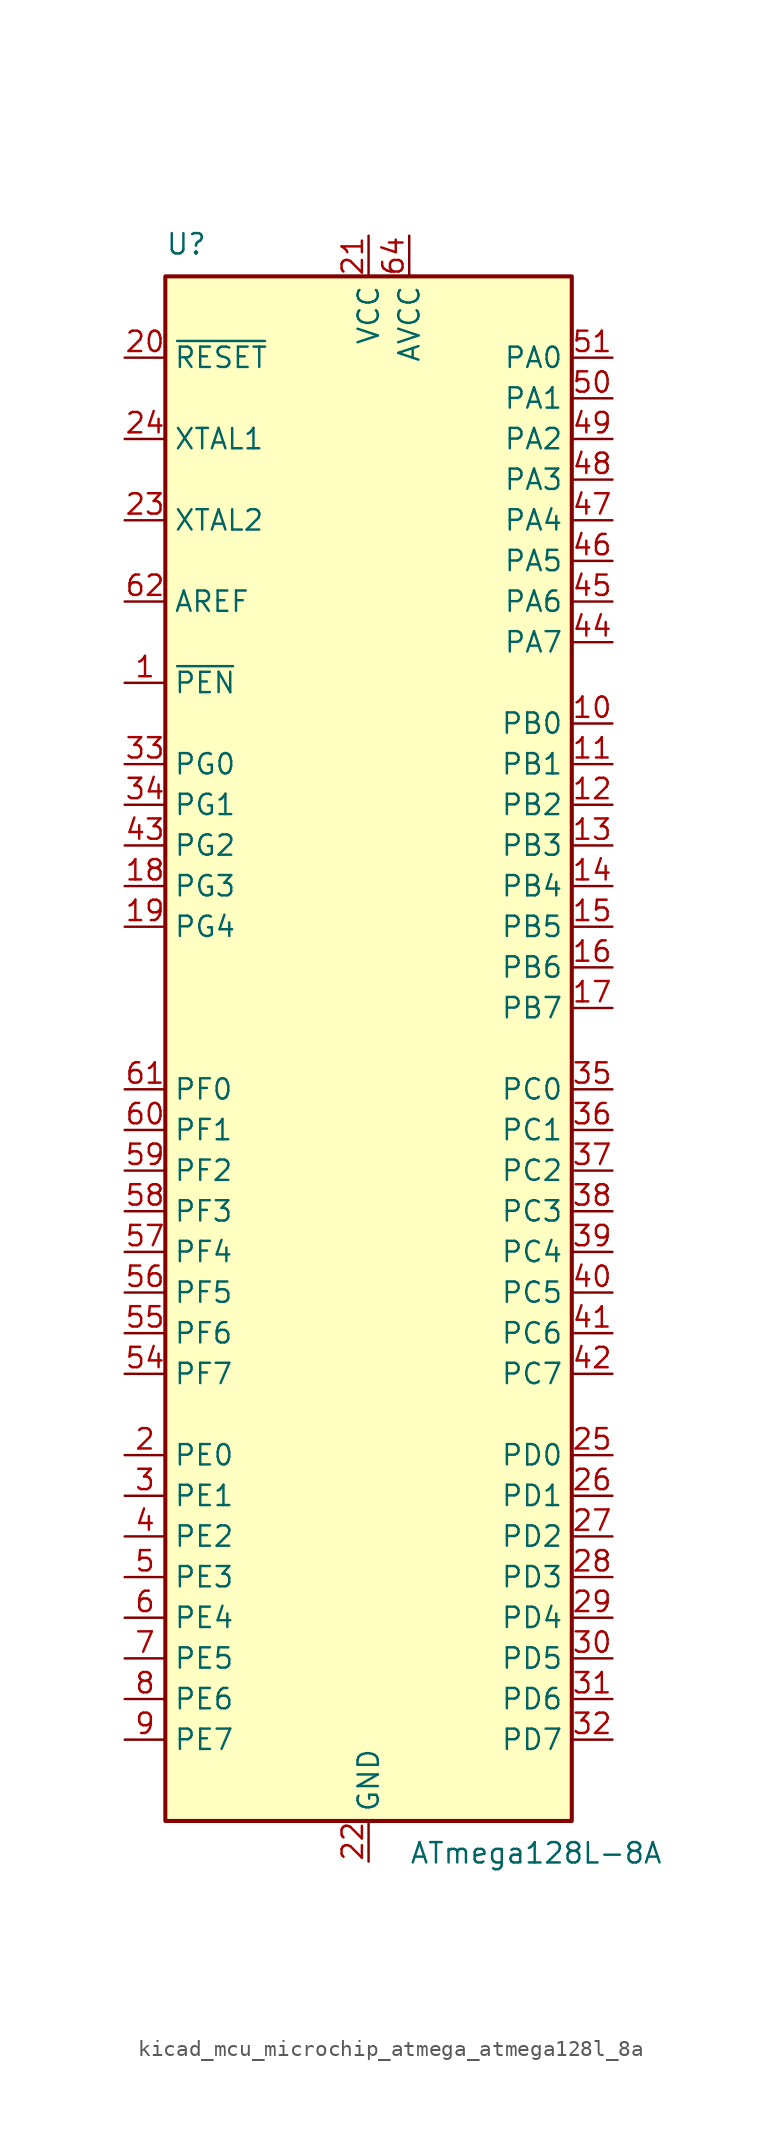
<source format=kicad_sym>
(kicad_symbol_lib
  (version 20220914)
  (generator kicad_symbol_editor)
  (symbol "kicad_mcu_microchip_atmega_atmega128l_8a"
    (property "Reference" "U"
      (at -12.7 49.53 0)
      (effects (font (size 1.27 1.27)) (justify left bottom)))
    (property "Value" "ATmega128L-8A"
      (at 2.54 -49.53 0)
      (effects (font (size 1.27 1.27)) (justify left top)))
    (symbol "kicad_mcu_microchip_atmega_atmega128l_8a_0_1"
      (rectangle (start -12.7 -48.26) (end 12.7 48.26) (stroke (width 0.254) (type default)) (fill (type background))))
    (symbol "kicad_mcu_microchip_atmega_atmega128l_8a_1_1"
      (pin input line (at -15.24 22.86 0) (length 2.54) (name "~{PEN}" (effects (font (size 1.27 1.27)))) (number "1" (effects (font (size 1.27 1.27)))))
      (pin bidirectional line (at 15.24 20.32 180) (length 2.54) (name "PB0" (effects (font (size 1.27 1.27)))) (number "10" (effects (font (size 1.27 1.27)))))
      (pin bidirectional line (at 15.24 17.78 180) (length 2.54) (name "PB1" (effects (font (size 1.27 1.27)))) (number "11" (effects (font (size 1.27 1.27)))))
      (pin bidirectional line (at 15.24 15.24 180) (length 2.54) (name "PB2" (effects (font (size 1.27 1.27)))) (number "12" (effects (font (size 1.27 1.27)))))
      (pin bidirectional line (at 15.24 12.7 180) (length 2.54) (name "PB3" (effects (font (size 1.27 1.27)))) (number "13" (effects (font (size 1.27 1.27)))))
      (pin bidirectional line (at 15.24 10.16 180) (length 2.54) (name "PB4" (effects (font (size 1.27 1.27)))) (number "14" (effects (font (size 1.27 1.27)))))
      (pin bidirectional line (at 15.24 7.62 180) (length 2.54) (name "PB5" (effects (font (size 1.27 1.27)))) (number "15" (effects (font (size 1.27 1.27)))))
      (pin bidirectional line (at 15.24 5.08 180) (length 2.54) (name "PB6" (effects (font (size 1.27 1.27)))) (number "16" (effects (font (size 1.27 1.27)))))
      (pin bidirectional line (at 15.24 2.54 180) (length 2.54) (name "PB7" (effects (font (size 1.27 1.27)))) (number "17" (effects (font (size 1.27 1.27)))))
      (pin bidirectional line (at -15.24 10.16 0) (length 2.54) (name "PG3" (effects (font (size 1.27 1.27)))) (number "18" (effects (font (size 1.27 1.27)))))
      (pin bidirectional line (at -15.24 7.62 0) (length 2.54) (name "PG4" (effects (font (size 1.27 1.27)))) (number "19" (effects (font (size 1.27 1.27)))))
      (pin bidirectional line (at -15.24 -25.4 0) (length 2.54) (name "PE0" (effects (font (size 1.27 1.27)))) (number "2" (effects (font (size 1.27 1.27)))))
      (pin input line (at -15.24 43.18 0) (length 2.54) (name "~{RESET}" (effects (font (size 1.27 1.27)))) (number "20" (effects (font (size 1.27 1.27)))))
      (pin power_in line (at 0 50.8 270) (length 2.54) (name "VCC" (effects (font (size 1.27 1.27)))) (number "21" (effects (font (size 1.27 1.27)))))
      (pin power_in line (at 0 -50.8 90) (length 2.54) (name "GND" (effects (font (size 1.27 1.27)))) (number "22" (effects (font (size 1.27 1.27)))))
      (pin output line (at -15.24 33.02 0) (length 2.54) (name "XTAL2" (effects (font (size 1.27 1.27)))) (number "23" (effects (font (size 1.27 1.27)))))
      (pin input line (at -15.24 38.1 0) (length 2.54) (name "XTAL1" (effects (font (size 1.27 1.27)))) (number "24" (effects (font (size 1.27 1.27)))))
      (pin bidirectional line (at 15.24 -25.4 180) (length 2.54) (name "PD0" (effects (font (size 1.27 1.27)))) (number "25" (effects (font (size 1.27 1.27)))))
      (pin bidirectional line (at 15.24 -27.94 180) (length 2.54) (name "PD1" (effects (font (size 1.27 1.27)))) (number "26" (effects (font (size 1.27 1.27)))))
      (pin bidirectional line (at 15.24 -30.48 180) (length 2.54) (name "PD2" (effects (font (size 1.27 1.27)))) (number "27" (effects (font (size 1.27 1.27)))))
      (pin bidirectional line (at 15.24 -33.02 180) (length 2.54) (name "PD3" (effects (font (size 1.27 1.27)))) (number "28" (effects (font (size 1.27 1.27)))))
      (pin bidirectional line (at 15.24 -35.56 180) (length 2.54) (name "PD4" (effects (font (size 1.27 1.27)))) (number "29" (effects (font (size 1.27 1.27)))))
      (pin bidirectional line (at -15.24 -27.94 0) (length 2.54) (name "PE1" (effects (font (size 1.27 1.27)))) (number "3" (effects (font (size 1.27 1.27)))))
      (pin bidirectional line (at 15.24 -38.1 180) (length 2.54) (name "PD5" (effects (font (size 1.27 1.27)))) (number "30" (effects (font (size 1.27 1.27)))))
      (pin bidirectional line (at 15.24 -40.64 180) (length 2.54) (name "PD6" (effects (font (size 1.27 1.27)))) (number "31" (effects (font (size 1.27 1.27)))))
      (pin bidirectional line (at 15.24 -43.18 180) (length 2.54) (name "PD7" (effects (font (size 1.27 1.27)))) (number "32" (effects (font (size 1.27 1.27)))))
      (pin bidirectional line (at -15.24 17.78 0) (length 2.54) (name "PG0" (effects (font (size 1.27 1.27)))) (number "33" (effects (font (size 1.27 1.27)))))
      (pin bidirectional line (at -15.24 15.24 0) (length 2.54) (name "PG1" (effects (font (size 1.27 1.27)))) (number "34" (effects (font (size 1.27 1.27)))))
      (pin bidirectional line (at 15.24 -2.54 180) (length 2.54) (name "PC0" (effects (font (size 1.27 1.27)))) (number "35" (effects (font (size 1.27 1.27)))))
      (pin bidirectional line (at 15.24 -5.08 180) (length 2.54) (name "PC1" (effects (font (size 1.27 1.27)))) (number "36" (effects (font (size 1.27 1.27)))))
      (pin bidirectional line (at 15.24 -7.62 180) (length 2.54) (name "PC2" (effects (font (size 1.27 1.27)))) (number "37" (effects (font (size 1.27 1.27)))))
      (pin bidirectional line (at 15.24 -10.16 180) (length 2.54) (name "PC3" (effects (font (size 1.27 1.27)))) (number "38" (effects (font (size 1.27 1.27)))))
      (pin bidirectional line (at 15.24 -12.7 180) (length 2.54) (name "PC4" (effects (font (size 1.27 1.27)))) (number "39" (effects (font (size 1.27 1.27)))))
      (pin bidirectional line (at -15.24 -30.48 0) (length 2.54) (name "PE2" (effects (font (size 1.27 1.27)))) (number "4" (effects (font (size 1.27 1.27)))))
      (pin bidirectional line (at 15.24 -15.24 180) (length 2.54) (name "PC5" (effects (font (size 1.27 1.27)))) (number "40" (effects (font (size 1.27 1.27)))))
      (pin bidirectional line (at 15.24 -17.78 180) (length 2.54) (name "PC6" (effects (font (size 1.27 1.27)))) (number "41" (effects (font (size 1.27 1.27)))))
      (pin bidirectional line (at 15.24 -20.32 180) (length 2.54) (name "PC7" (effects (font (size 1.27 1.27)))) (number "42" (effects (font (size 1.27 1.27)))))
      (pin bidirectional line (at -15.24 12.7 0) (length 2.54) (name "PG2" (effects (font (size 1.27 1.27)))) (number "43" (effects (font (size 1.27 1.27)))))
      (pin bidirectional line (at 15.24 25.4 180) (length 2.54) (name "PA7" (effects (font (size 1.27 1.27)))) (number "44" (effects (font (size 1.27 1.27)))))
      (pin bidirectional line (at 15.24 27.94 180) (length 2.54) (name "PA6" (effects (font (size 1.27 1.27)))) (number "45" (effects (font (size 1.27 1.27)))))
      (pin bidirectional line (at 15.24 30.48 180) (length 2.54) (name "PA5" (effects (font (size 1.27 1.27)))) (number "46" (effects (font (size 1.27 1.27)))))
      (pin bidirectional line (at 15.24 33.02 180) (length 2.54) (name "PA4" (effects (font (size 1.27 1.27)))) (number "47" (effects (font (size 1.27 1.27)))))
      (pin bidirectional line (at 15.24 35.56 180) (length 2.54) (name "PA3" (effects (font (size 1.27 1.27)))) (number "48" (effects (font (size 1.27 1.27)))))
      (pin bidirectional line (at 15.24 38.1 180) (length 2.54) (name "PA2" (effects (font (size 1.27 1.27)))) (number "49" (effects (font (size 1.27 1.27)))))
      (pin bidirectional line (at -15.24 -33.02 0) (length 2.54) (name "PE3" (effects (font (size 1.27 1.27)))) (number "5" (effects (font (size 1.27 1.27)))))
      (pin bidirectional line (at 15.24 40.64 180) (length 2.54) (name "PA1" (effects (font (size 1.27 1.27)))) (number "50" (effects (font (size 1.27 1.27)))))
      (pin bidirectional line (at 15.24 43.18 180) (length 2.54) (name "PA0" (effects (font (size 1.27 1.27)))) (number "51" (effects (font (size 1.27 1.27)))))
      (pin passive line (at 0 50.8 270) (length 2.54) hide (name "VCC" (effects (font (size 1.27 1.27)))) (number "52" (effects (font (size 1.27 1.27)))))
      (pin passive line (at 0 -50.8 90) (length 2.54) hide (name "GND" (effects (font (size 1.27 1.27)))) (number "53" (effects (font (size 1.27 1.27)))))
      (pin bidirectional line (at -15.24 -20.32 0) (length 2.54) (name "PF7" (effects (font (size 1.27 1.27)))) (number "54" (effects (font (size 1.27 1.27)))))
      (pin bidirectional line (at -15.24 -17.78 0) (length 2.54) (name "PF6" (effects (font (size 1.27 1.27)))) (number "55" (effects (font (size 1.27 1.27)))))
      (pin bidirectional line (at -15.24 -15.24 0) (length 2.54) (name "PF5" (effects (font (size 1.27 1.27)))) (number "56" (effects (font (size 1.27 1.27)))))
      (pin bidirectional line (at -15.24 -12.7 0) (length 2.54) (name "PF4" (effects (font (size 1.27 1.27)))) (number "57" (effects (font (size 1.27 1.27)))))
      (pin bidirectional line (at -15.24 -10.16 0) (length 2.54) (name "PF3" (effects (font (size 1.27 1.27)))) (number "58" (effects (font (size 1.27 1.27)))))
      (pin bidirectional line (at -15.24 -7.62 0) (length 2.54) (name "PF2" (effects (font (size 1.27 1.27)))) (number "59" (effects (font (size 1.27 1.27)))))
      (pin bidirectional line (at -15.24 -35.56 0) (length 2.54) (name "PE4" (effects (font (size 1.27 1.27)))) (number "6" (effects (font (size 1.27 1.27)))))
      (pin bidirectional line (at -15.24 -5.08 0) (length 2.54) (name "PF1" (effects (font (size 1.27 1.27)))) (number "60" (effects (font (size 1.27 1.27)))))
      (pin bidirectional line (at -15.24 -2.54 0) (length 2.54) (name "PF0" (effects (font (size 1.27 1.27)))) (number "61" (effects (font (size 1.27 1.27)))))
      (pin passive line (at -15.24 27.94 0) (length 2.54) (name "AREF" (effects (font (size 1.27 1.27)))) (number "62" (effects (font (size 1.27 1.27)))))
      (pin passive line (at 0 -50.8 90) (length 2.54) hide (name "GND" (effects (font (size 1.27 1.27)))) (number "63" (effects (font (size 1.27 1.27)))))
      (pin power_in line (at 2.54 50.8 270) (length 2.54) (name "AVCC" (effects (font (size 1.27 1.27)))) (number "64" (effects (font (size 1.27 1.27)))))
      (pin bidirectional line (at -15.24 -38.1 0) (length 2.54) (name "PE5" (effects (font (size 1.27 1.27)))) (number "7" (effects (font (size 1.27 1.27)))))
      (pin bidirectional line (at -15.24 -40.64 0) (length 2.54) (name "PE6" (effects (font (size 1.27 1.27)))) (number "8" (effects (font (size 1.27 1.27)))))
      (pin bidirectional line (at -15.24 -43.18 0) (length 2.54) (name "PE7" (effects (font (size 1.27 1.27)))) (number "9" (effects (font (size 1.27 1.27))))))))
</source>
